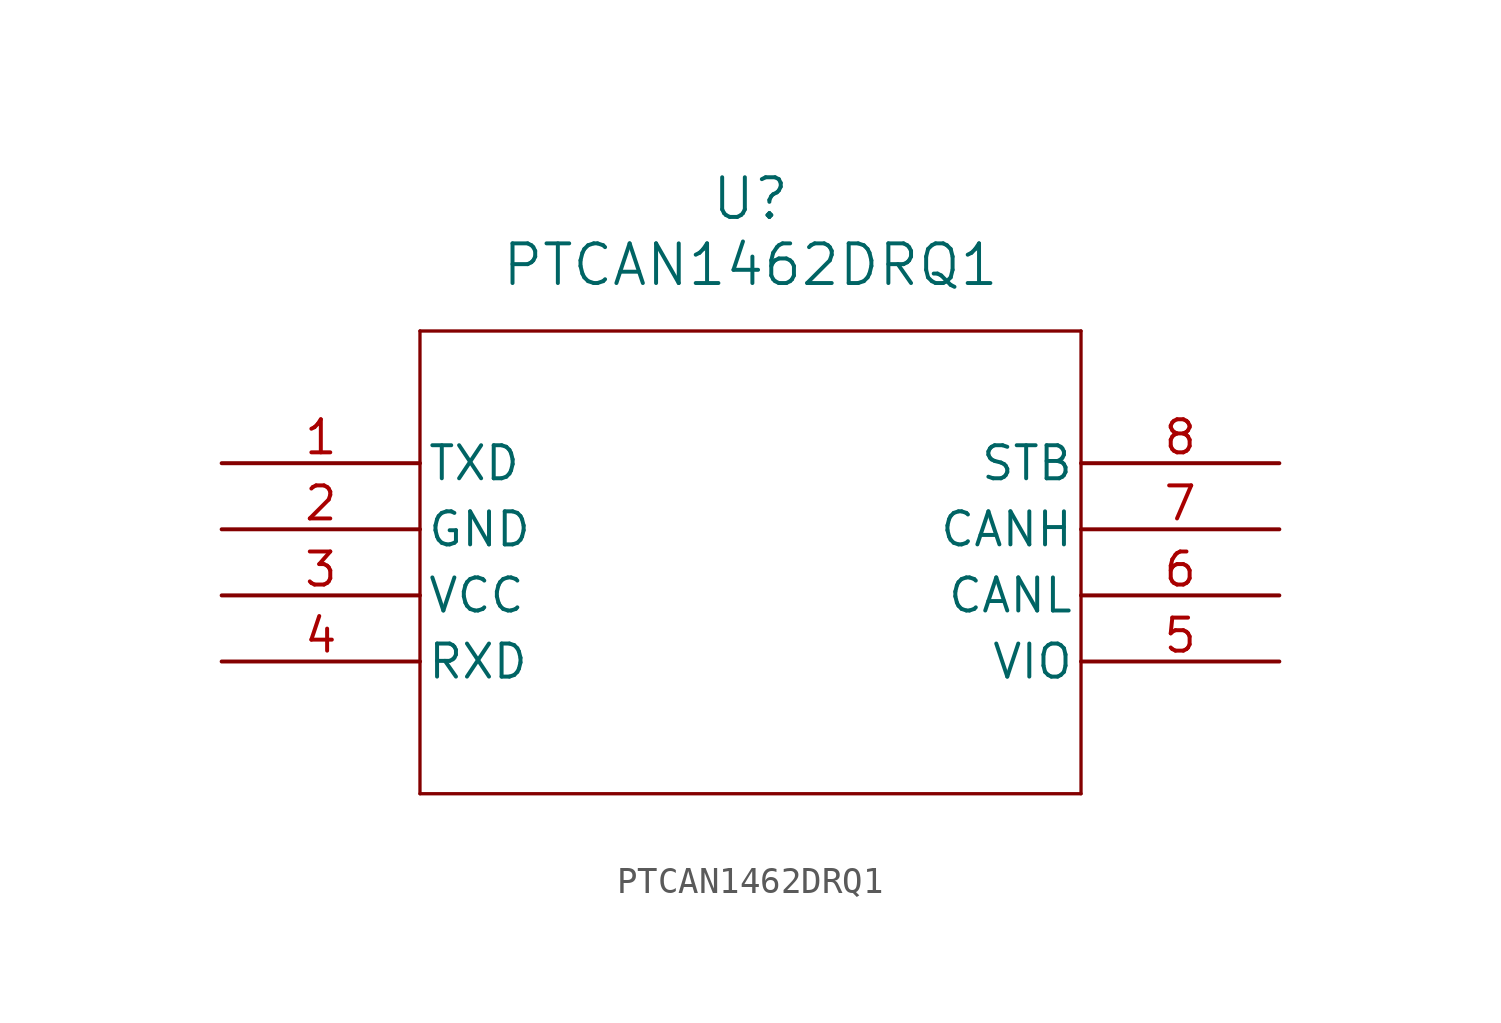
<source format=kicad_sym>
(kicad_symbol_lib
  (version 20211014)
  (generator kicad_symbol_editor)
  (symbol "PTCAN1462DRQ1"
    (pin_names
      (offset 0.254))
    (property "Reference" "U"
      (at 20.32 10.16 0)
      (effects (font (size 1.524 1.524))))
    (property "Value" "PTCAN1462DRQ1"
      (at 20.32 7.62 0)
      (effects (font (size 1.524 1.524))))
    (symbol "PTCAN1462DRQ1_0_1"
      (polyline (pts (xy 7.62 5.08) (xy 7.62 -12.7)) (stroke (width 0.127) (type default) (color 0 0 0 0)) (fill (type none)))
      (polyline (pts (xy 7.62 -12.7) (xy 33.02 -12.7)) (stroke (width 0.127) (type default) (color 0 0 0 0)) (fill (type none)))
      (polyline (pts (xy 33.02 -12.7) (xy 33.02 5.08)) (stroke (width 0.127) (type default) (color 0 0 0 0)) (fill (type none)))
      (polyline (pts (xy 33.02 5.08) (xy 7.62 5.08)) (stroke (width 0.127) (type default) (color 0 0 0 0)) (fill (type none)))
      (pin input line (at 0 0 0) (length 7.62) (name "TXD" (effects (font (size 1.27 1.27)))) (number "1" (effects (font (size 1.27 1.27)))))
      (pin power_out line (at 0 -2.54 0) (length 7.62) (name "GND" (effects (font (size 1.27 1.27)))) (number "2" (effects (font (size 1.27 1.27)))))
      (pin power_in line (at 0 -5.08 0) (length 7.62) (name "VCC" (effects (font (size 1.27 1.27)))) (number "3" (effects (font (size 1.27 1.27)))))
      (pin output line (at 0 -7.62 0) (length 7.62) (name "RXD" (effects (font (size 1.27 1.27)))) (number "4" (effects (font (size 1.27 1.27)))))
      (pin power_in line (at 40.64 -7.62 180) (length 7.62) (name "VIO" (effects (font (size 1.27 1.27)))) (number "5" (effects (font (size 1.27 1.27)))))
      (pin bidirectional line (at 40.64 -5.08 180) (length 7.62) (name "CANL" (effects (font (size 1.27 1.27)))) (number "6" (effects (font (size 1.27 1.27)))))
      (pin bidirectional line (at 40.64 -2.54 180) (length 7.62) (name "CANH" (effects (font (size 1.27 1.27)))) (number "7" (effects (font (size 1.27 1.27)))))
      (pin input line (at 40.64 0 180) (length 7.62) (name "STB" (effects (font (size 1.27 1.27)))) (number "8" (effects (font (size 1.27 1.27))))))))
</source>
